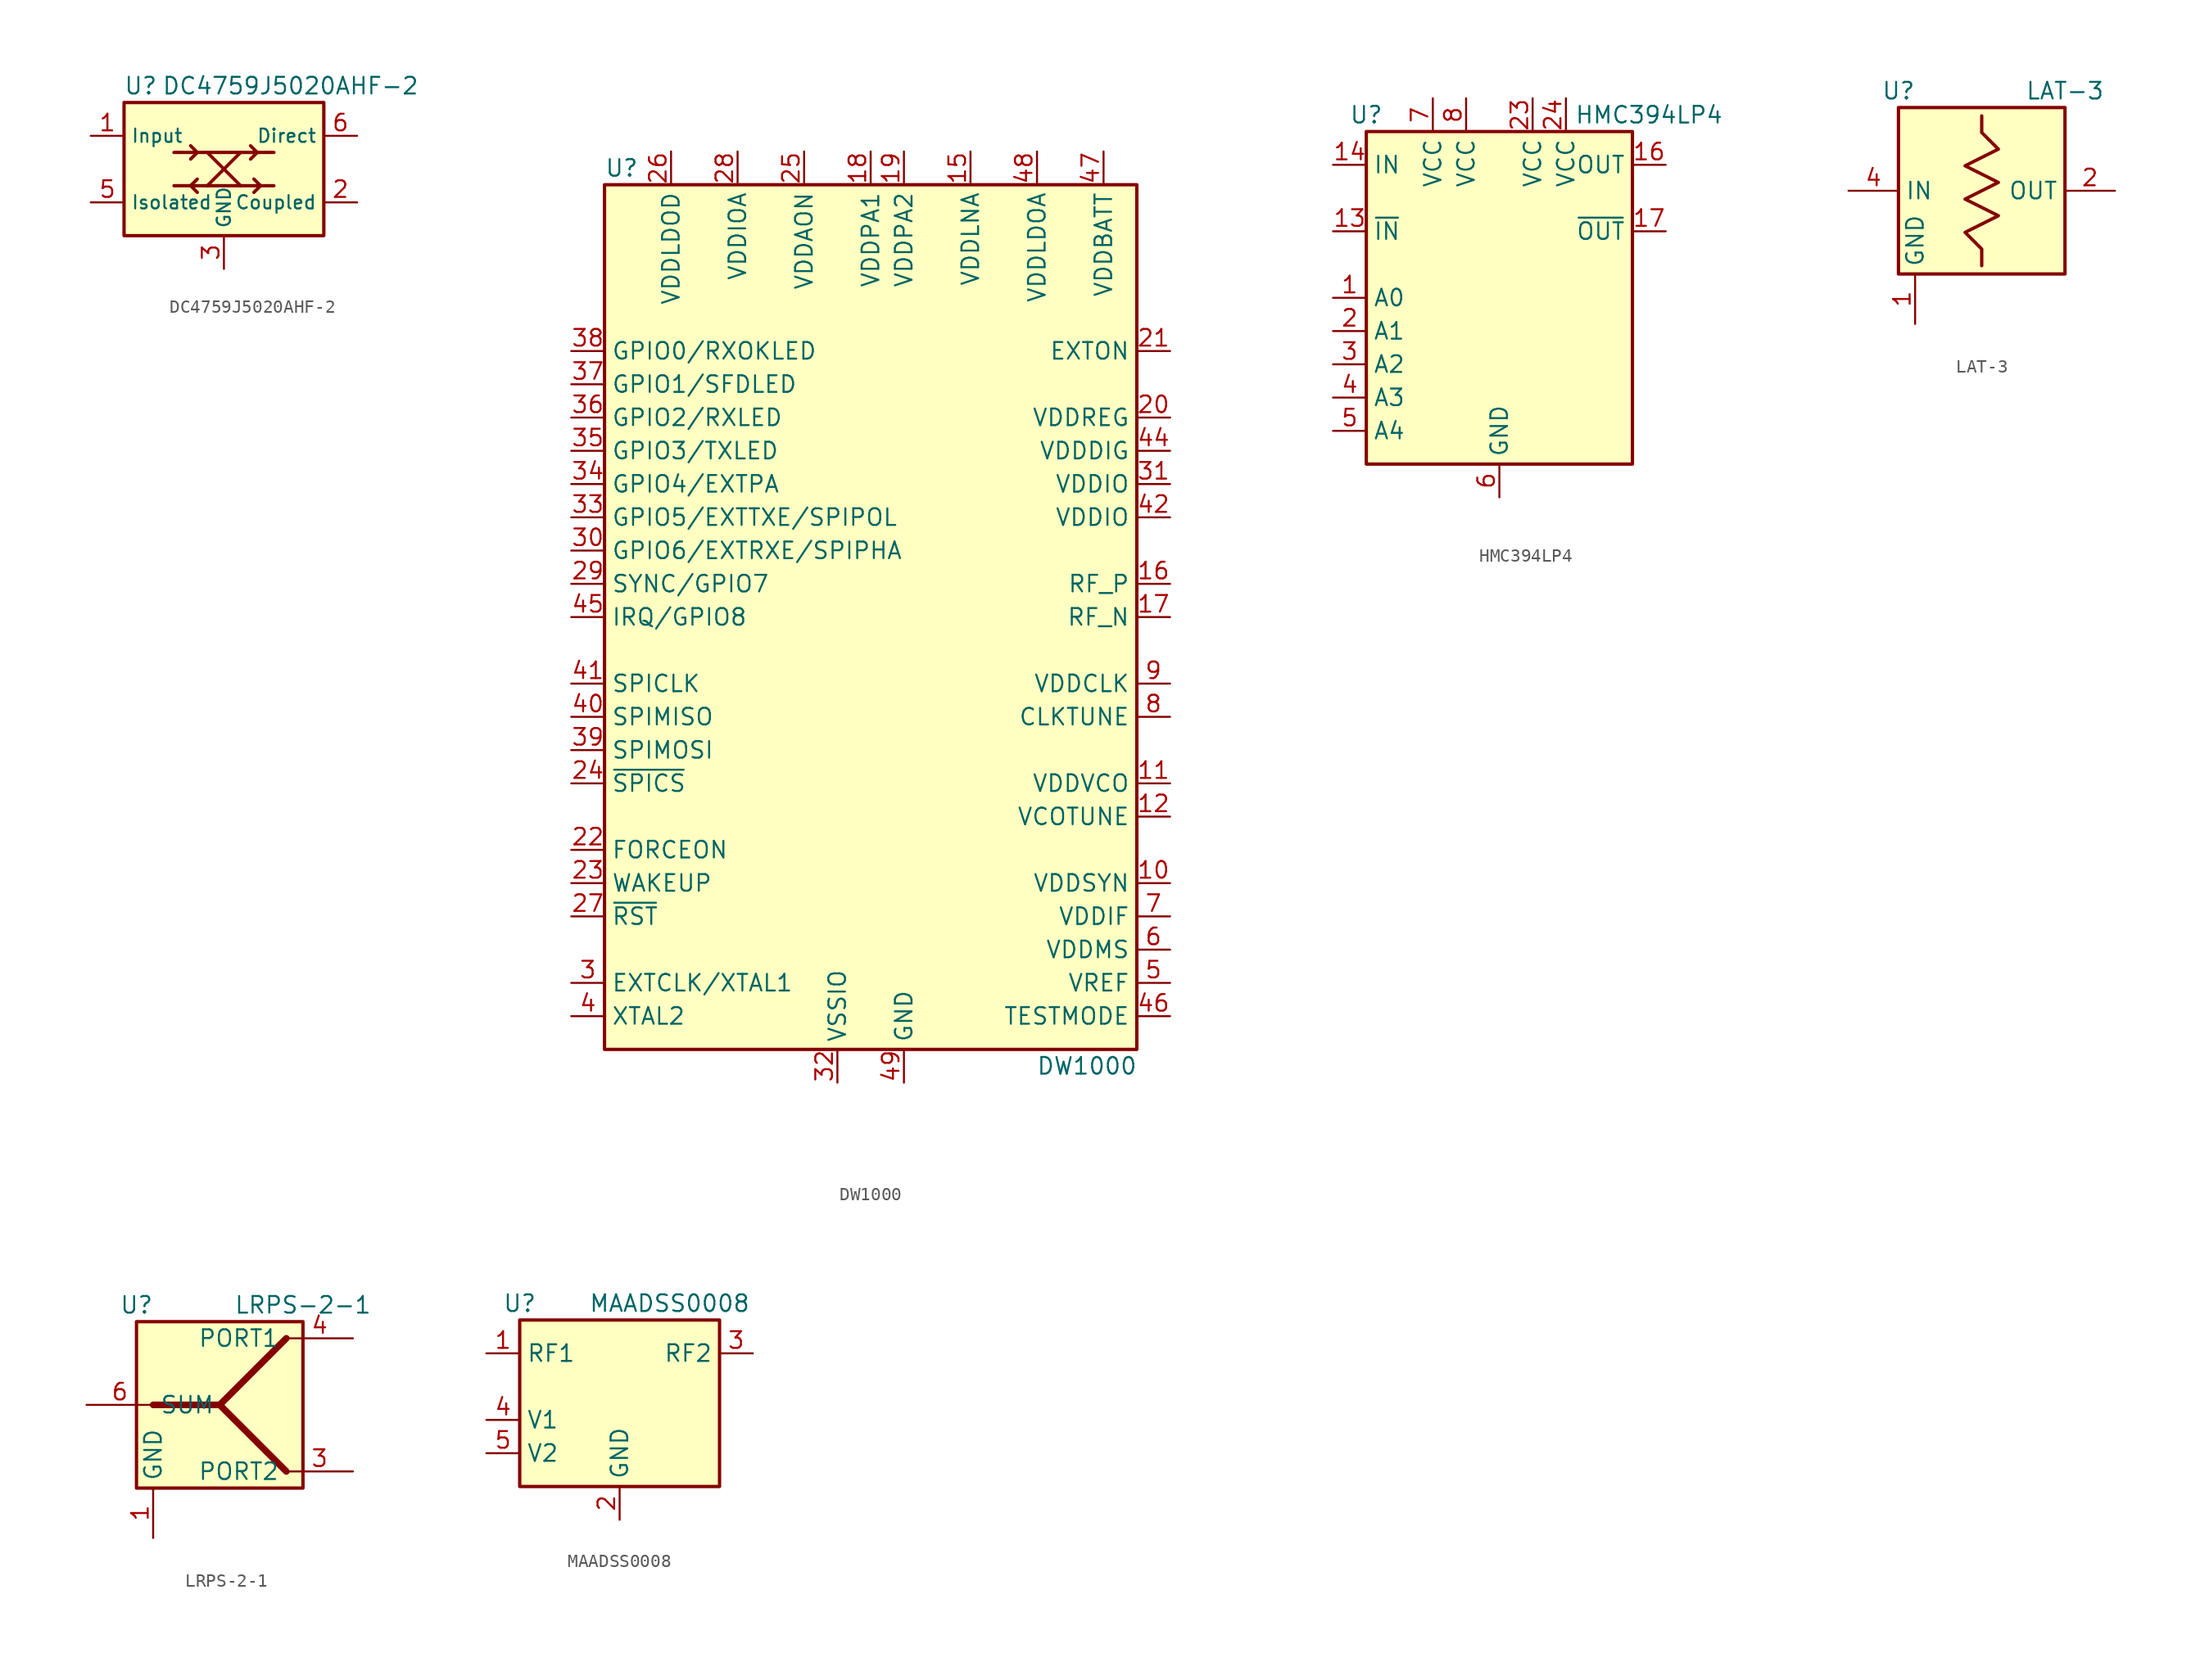
<source format=kicad_sym>
(kicad_symbol_lib
  (version 20241209)
  (generator "kicad_symbol_editor")
  (generator_version "9.0")
  (symbol "DC4759J5020AHF-2"
    (property "Reference" "U"
      (at -6.35 6.35 0)
      (effects (font (size 1.27 1.27))))
    (property "Value" "DC4759J5020AHF-2"
      (at 5.08 6.35 0)
      (effects (font (size 1.27 1.27))))
    (symbol "DC4759J5020AHF-2_0_1"
      (rectangle (start -7.62 5.08) (end 7.62 -5.08) (stroke (width 0.254) (type default)) (fill (type background))))
    (symbol "DC4759J5020AHF-2_1_1"
      (polyline (pts (xy -3.81 1.27) (xy 3.81 1.27)) (stroke (width 0.254) (type default)) (fill (type none)))
      (polyline (pts (xy -3.81 -1.27) (xy 3.81 -1.27)) (stroke (width 0.254) (type default)) (fill (type none)))
      (polyline (pts (xy -2.54 1.778) (xy -2.032 1.27)) (stroke (width 0.254) (type default)) (fill (type none)))
      (polyline (pts (xy -2.54 -1.27) (xy -2.032 -1.778)) (stroke (width 0.254) (type default)) (fill (type none)))
      (polyline (pts (xy -2.032 1.27) (xy -2.54 0.762)) (stroke (width 0.254) (type default)) (fill (type none)))
      (polyline (pts (xy -2.032 -0.762) (xy -2.54 -1.27)) (stroke (width 0.254) (type default)) (fill (type none)))
      (polyline (pts (xy -1.27 1.27) (xy 1.27 -1.27)) (stroke (width 0.254) (type default)) (fill (type none)))
      (polyline (pts (xy 1.27 1.27) (xy -1.27 -1.27)) (stroke (width 0.254) (type default)) (fill (type none)))
      (polyline (pts (xy 2.032 1.778) (xy 2.54 1.27)) (stroke (width 0.254) (type default)) (fill (type none)))
      (polyline (pts (xy 2.286 -0.762) (xy 2.794 -1.27)) (stroke (width 0.254) (type default)) (fill (type none)))
      (polyline (pts (xy 2.54 1.27) (xy 2.032 0.762)) (stroke (width 0.254) (type default)) (fill (type none)))
      (polyline (pts (xy 2.794 -1.27) (xy 2.286 -1.778)) (stroke (width 0.254) (type default)) (fill (type none)))
      (pin input line (at -10.16 2.54 0) (length 2.54) (name "Input" (effects (font (size 1.016 1.016)))) (number "1" (effects (font (size 1.27 1.27)))))
      (pin output line (at -10.16 -2.54 0) (length 2.54) (name "Isolated" (effects (font (size 1.016 1.016)))) (number "5" (effects (font (size 1.27 1.27)))))
      (pin power_in line (at 0 -7.62 90) (length 2.54) (name "GND" (effects (font (size 1.016 1.016)))) (number "3" (effects (font (size 1.27 1.27)))))
      (pin passive line (at 0 -7.62 90) (length 2.54) (hide yes) (name "GND" (effects (font (size 1.016 1.016)))) (number "4" (effects (font (size 1.27 1.27)))))
      (pin output line (at 10.16 2.54 180) (length 2.54) (name "Direct" (effects (font (size 1.016 1.016)))) (number "6" (effects (font (size 1.27 1.27)))))
      (pin output line (at 10.16 -2.54 180) (length 2.54) (name "Coupled" (effects (font (size 1.016 1.016)))) (number "2" (effects (font (size 1.27 1.27)))))))
  (symbol "DW1000"
    (property "Reference" "U"
      (at -20.32 34.29 0)
      (effects (font (size 1.27 1.27)) (justify left)))
    (property "Value" "DW1000"
      (at 16.51 -34.29 0)
      (effects (font (size 1.27 1.27))))
    (symbol "DW1000_0_1"
      (rectangle (start -20.32 33.02) (end 20.32 -33.02) (stroke (width 0.254) (type default)) (fill (type background))))
    (symbol "DW1000_1_1"
      (pin bidirectional line (at -22.86 20.32 0) (length 2.54) (name "GPIO0/RXOKLED" (effects (font (size 1.27 1.27)))) (number "38" (effects (font (size 1.27 1.27)))))
      (pin bidirectional line (at -22.86 17.78 0) (length 2.54) (name "GPIO1/SFDLED" (effects (font (size 1.27 1.27)))) (number "37" (effects (font (size 1.27 1.27)))))
      (pin bidirectional line (at -22.86 15.24 0) (length 2.54) (name "GPIO2/RXLED" (effects (font (size 1.27 1.27)))) (number "36" (effects (font (size 1.27 1.27)))))
      (pin bidirectional line (at -22.86 12.7 0) (length 2.54) (name "GPIO3/TXLED" (effects (font (size 1.27 1.27)))) (number "35" (effects (font (size 1.27 1.27)))))
      (pin bidirectional line (at -22.86 10.16 0) (length 2.54) (name "GPIO4/EXTPA" (effects (font (size 1.27 1.27)))) (number "34" (effects (font (size 1.27 1.27)))))
      (pin bidirectional line (at -22.86 7.62 0) (length 2.54) (name "GPIO5/EXTTXE/SPIPOL" (effects (font (size 1.27 1.27)))) (number "33" (effects (font (size 1.27 1.27)))))
      (pin bidirectional line (at -22.86 5.08 0) (length 2.54) (name "GPIO6/EXTRXE/SPIPHA" (effects (font (size 1.27 1.27)))) (number "30" (effects (font (size 1.27 1.27)))))
      (pin bidirectional line (at -22.86 2.54 0) (length 2.54) (name "SYNC/GPIO7" (effects (font (size 1.27 1.27)))) (number "29" (effects (font (size 1.27 1.27)))))
      (pin bidirectional line (at -22.86 0 0) (length 2.54) (name "IRQ/GPIO8" (effects (font (size 1.27 1.27)))) (number "45" (effects (font (size 1.27 1.27)))))
      (pin input line (at -22.86 -5.08 0) (length 2.54) (name "SPICLK" (effects (font (size 1.27 1.27)))) (number "41" (effects (font (size 1.27 1.27)))))
      (pin output line (at -22.86 -7.62 0) (length 2.54) (name "SPIMISO" (effects (font (size 1.27 1.27)))) (number "40" (effects (font (size 1.27 1.27)))))
      (pin input line (at -22.86 -10.16 0) (length 2.54) (name "SPIMOSI" (effects (font (size 1.27 1.27)))) (number "39" (effects (font (size 1.27 1.27)))))
      (pin input line (at -22.86 -12.7 0) (length 2.54) (name "~{SPICS}" (effects (font (size 1.27 1.27)))) (number "24" (effects (font (size 1.27 1.27)))))
      (pin input line (at -22.86 -17.78 0) (length 2.54) (name "FORCEON" (effects (font (size 1.27 1.27)))) (number "22" (effects (font (size 1.27 1.27)))))
      (pin input line (at -22.86 -20.32 0) (length 2.54) (name "WAKEUP" (effects (font (size 1.27 1.27)))) (number "23" (effects (font (size 1.27 1.27)))))
      (pin bidirectional line (at -22.86 -22.86 0) (length 2.54) (name "~{RST}" (effects (font (size 1.27 1.27)))) (number "27" (effects (font (size 1.27 1.27)))))
      (pin input line (at -22.86 -27.94 0) (length 2.54) (name "EXTCLK/XTAL1" (effects (font (size 1.27 1.27)))) (number "3" (effects (font (size 1.27 1.27)))))
      (pin input line (at -22.86 -30.48 0) (length 2.54) (name "XTAL2" (effects (font (size 1.27 1.27)))) (number "4" (effects (font (size 1.27 1.27)))))
      (pin power_in line (at -15.24 35.56 270) (length 2.54) (name "VDDLDOD" (effects (font (size 1.27 1.27)))) (number "26" (effects (font (size 1.27 1.27)))))
      (pin power_in line (at -10.16 35.56 270) (length 2.54) (name "VDDIOA" (effects (font (size 1.27 1.27)))) (number "28" (effects (font (size 1.27 1.27)))))
      (pin power_in line (at -5.08 35.56 270) (length 2.54) (name "VDDAON" (effects (font (size 1.27 1.27)))) (number "25" (effects (font (size 1.27 1.27)))))
      (pin power_in line (at -2.54 -35.56 90) (length 2.54) (name "VSSIO" (effects (font (size 1.27 1.27)))) (number "32" (effects (font (size 1.27 1.27)))))
      (pin passive line (at -2.54 -35.56 90) (length 2.54) (hide yes) (name "VSSIO" (effects (font (size 1.27 1.27)))) (number "43" (effects (font (size 1.27 1.27)))))
      (pin power_in line (at 0 35.56 270) (length 2.54) (name "VDDPA1" (effects (font (size 1.27 1.27)))) (number "18" (effects (font (size 1.27 1.27)))))
      (pin no_connect line (at 0 -7.62 0) (length 2.54) (hide yes) (name "NC" (effects (font (size 1.27 1.27)))) (number "1" (effects (font (size 1.27 1.27)))))
      (pin no_connect line (at 0 -10.16 0) (length 2.54) (hide yes) (name "NC" (effects (font (size 1.27 1.27)))) (number "2" (effects (font (size 1.27 1.27)))))
      (pin no_connect line (at 0 -12.7 0) (length 2.54) (hide yes) (name "NC" (effects (font (size 1.27 1.27)))) (number "13" (effects (font (size 1.27 1.27)))))
      (pin no_connect line (at 0 -15.24 0) (length 2.54) (hide yes) (name "NC" (effects (font (size 1.27 1.27)))) (number "14" (effects (font (size 1.27 1.27)))))
      (pin power_in line (at 2.54 35.56 270) (length 2.54) (name "VDDPA2" (effects (font (size 1.27 1.27)))) (number "19" (effects (font (size 1.27 1.27)))))
      (pin power_in line (at 2.54 -35.56 90) (length 2.54) (name "GND" (effects (font (size 1.27 1.27)))) (number "49" (effects (font (size 1.27 1.27)))))
      (pin power_in line (at 7.62 35.56 270) (length 2.54) (name "VDDLNA" (effects (font (size 1.27 1.27)))) (number "15" (effects (font (size 1.27 1.27)))))
      (pin power_in line (at 12.7 35.56 270) (length 2.54) (name "VDDLDOA" (effects (font (size 1.27 1.27)))) (number "48" (effects (font (size 1.27 1.27)))))
      (pin power_in line (at 17.78 35.56 270) (length 2.54) (name "VDDBATT" (effects (font (size 1.27 1.27)))) (number "47" (effects (font (size 1.27 1.27)))))
      (pin output line (at 22.86 20.32 180) (length 2.54) (name "EXTON" (effects (font (size 1.27 1.27)))) (number "21" (effects (font (size 1.27 1.27)))))
      (pin power_out line (at 22.86 15.24 180) (length 2.54) (name "VDDREG" (effects (font (size 1.27 1.27)))) (number "20" (effects (font (size 1.27 1.27)))))
      (pin power_out line (at 22.86 12.7 180) (length 2.54) (name "VDDDIG" (effects (font (size 1.27 1.27)))) (number "44" (effects (font (size 1.27 1.27)))))
      (pin power_out line (at 22.86 10.16 180) (length 2.54) (name "VDDIO" (effects (font (size 1.27 1.27)))) (number "31" (effects (font (size 1.27 1.27)))))
      (pin power_out line (at 22.86 7.62 180) (length 2.54) (name "VDDIO" (effects (font (size 1.27 1.27)))) (number "42" (effects (font (size 1.27 1.27)))))
      (pin bidirectional line (at 22.86 2.54 180) (length 2.54) (name "RF_P" (effects (font (size 1.27 1.27)))) (number "16" (effects (font (size 1.27 1.27)))))
      (pin bidirectional line (at 22.86 0 180) (length 2.54) (name "RF_N" (effects (font (size 1.27 1.27)))) (number "17" (effects (font (size 1.27 1.27)))))
      (pin power_out line (at 22.86 -5.08 180) (length 2.54) (name "VDDCLK" (effects (font (size 1.27 1.27)))) (number "9" (effects (font (size 1.27 1.27)))))
      (pin bidirectional line (at 22.86 -7.62 180) (length 2.54) (name "CLKTUNE" (effects (font (size 1.27 1.27)))) (number "8" (effects (font (size 1.27 1.27)))))
      (pin power_out line (at 22.86 -12.7 180) (length 2.54) (name "VDDVCO" (effects (font (size 1.27 1.27)))) (number "11" (effects (font (size 1.27 1.27)))))
      (pin bidirectional line (at 22.86 -15.24 180) (length 2.54) (name "VCOTUNE" (effects (font (size 1.27 1.27)))) (number "12" (effects (font (size 1.27 1.27)))))
      (pin power_out line (at 22.86 -20.32 180) (length 2.54) (name "VDDSYN" (effects (font (size 1.27 1.27)))) (number "10" (effects (font (size 1.27 1.27)))))
      (pin power_out line (at 22.86 -22.86 180) (length 2.54) (name "VDDIF" (effects (font (size 1.27 1.27)))) (number "7" (effects (font (size 1.27 1.27)))))
      (pin power_out line (at 22.86 -25.4 180) (length 2.54) (name "VDDMS" (effects (font (size 1.27 1.27)))) (number "6" (effects (font (size 1.27 1.27)))))
      (pin bidirectional line (at 22.86 -27.94 180) (length 2.54) (name "VREF" (effects (font (size 1.27 1.27)))) (number "5" (effects (font (size 1.27 1.27)))))
      (pin input line (at 22.86 -30.48 180) (length 2.54) (name "TESTMODE" (effects (font (size 1.27 1.27)))) (number "46" (effects (font (size 1.27 1.27)))))))
  (symbol "HMC394LP4"
    (property "Reference" "U"
      (at -10.16 13.97 0)
      (effects (font (size 1.27 1.27))))
    (property "Value" "HMC394LP4"
      (at 11.43 13.97 0)
      (effects (font (size 1.27 1.27))))
    (symbol "HMC394LP4_0_1"
      (rectangle (start -10.16 12.7) (end 10.16 -12.7) (stroke (width 0.254) (type default)) (fill (type background))))
    (symbol "HMC394LP4_1_1"
      (pin input line (at -12.7 10.16 0) (length 2.54) (name "IN" (effects (font (size 1.27 1.27)))) (number "14" (effects (font (size 1.27 1.27)))))
      (pin input line (at -12.7 5.08 0) (length 2.54) (name "~{IN}" (effects (font (size 1.27 1.27)))) (number "13" (effects (font (size 1.27 1.27)))))
      (pin input line (at -12.7 0 0) (length 2.54) (name "A0" (effects (font (size 1.27 1.27)))) (number "1" (effects (font (size 1.27 1.27)))))
      (pin input line (at -12.7 -2.54 0) (length 2.54) (name "A1" (effects (font (size 1.27 1.27)))) (number "2" (effects (font (size 1.27 1.27)))))
      (pin input line (at -12.7 -5.08 0) (length 2.54) (name "A2" (effects (font (size 1.27 1.27)))) (number "3" (effects (font (size 1.27 1.27)))))
      (pin input line (at -12.7 -7.62 0) (length 2.54) (name "A3" (effects (font (size 1.27 1.27)))) (number "4" (effects (font (size 1.27 1.27)))))
      (pin input line (at -12.7 -10.16 0) (length 2.54) (name "A4" (effects (font (size 1.27 1.27)))) (number "5" (effects (font (size 1.27 1.27)))))
      (pin power_in line (at -5.08 15.24 270) (length 2.54) (name "VCC" (effects (font (size 1.27 1.27)))) (number "7" (effects (font (size 1.27 1.27)))))
      (pin power_in line (at -2.54 15.24 270) (length 2.54) (name "VCC" (effects (font (size 1.27 1.27)))) (number "8" (effects (font (size 1.27 1.27)))))
      (pin passive line (at 0 -15.24 90) (length 2.54) (hide yes) (name "GND" (effects (font (size 1.27 1.27)))) (number "10" (effects (font (size 1.27 1.27)))))
      (pin passive line (at 0 -15.24 90) (length 2.54) (hide yes) (name "GND" (effects (font (size 1.27 1.27)))) (number "11" (effects (font (size 1.27 1.27)))))
      (pin passive line (at 0 -15.24 90) (length 2.54) (hide yes) (name "GND" (effects (font (size 1.27 1.27)))) (number "12" (effects (font (size 1.27 1.27)))))
      (pin passive line (at 0 -15.24 90) (length 2.54) (hide yes) (name "GND" (effects (font (size 1.27 1.27)))) (number "15" (effects (font (size 1.27 1.27)))))
      (pin passive line (at 0 -15.24 90) (length 2.54) (hide yes) (name "GND" (effects (font (size 1.27 1.27)))) (number "18" (effects (font (size 1.27 1.27)))))
      (pin passive line (at 0 -15.24 90) (length 2.54) (hide yes) (name "GND" (effects (font (size 1.27 1.27)))) (number "19" (effects (font (size 1.27 1.27)))))
      (pin passive line (at 0 -15.24 90) (length 2.54) (hide yes) (name "GND" (effects (font (size 1.27 1.27)))) (number "20" (effects (font (size 1.27 1.27)))))
      (pin passive line (at 0 -15.24 90) (length 2.54) (hide yes) (name "GND" (effects (font (size 1.27 1.27)))) (number "21" (effects (font (size 1.27 1.27)))))
      (pin passive line (at 0 -15.24 90) (length 2.54) (hide yes) (name "GND" (effects (font (size 1.27 1.27)))) (number "22" (effects (font (size 1.27 1.27)))))
      (pin passive line (at 0 -15.24 90) (length 2.54) (hide yes) (name "GND" (effects (font (size 1.27 1.27)))) (number "25" (effects (font (size 1.27 1.27)))))
      (pin power_in line (at 0 -15.24 90) (length 2.54) (name "GND" (effects (font (size 1.27 1.27)))) (number "6" (effects (font (size 1.27 1.27)))))
      (pin passive line (at 0 -15.24 90) (length 2.54) (hide yes) (name "GND" (effects (font (size 1.27 1.27)))) (number "9" (effects (font (size 1.27 1.27)))))
      (pin power_in line (at 2.54 15.24 270) (length 2.54) (name "VCC" (effects (font (size 1.27 1.27)))) (number "23" (effects (font (size 1.27 1.27)))))
      (pin power_in line (at 5.08 15.24 270) (length 2.54) (name "VCC" (effects (font (size 1.27 1.27)))) (number "24" (effects (font (size 1.27 1.27)))))
      (pin output line (at 12.7 10.16 180) (length 2.54) (name "OUT" (effects (font (size 1.27 1.27)))) (number "16" (effects (font (size 1.27 1.27)))))
      (pin output line (at 12.7 5.08 180) (length 2.54) (name "~{OUT}" (effects (font (size 1.27 1.27)))) (number "17" (effects (font (size 1.27 1.27)))))))
  (symbol "LAT-3"
    (property "Reference" "U"
      (at -6.35 7.62 0)
      (effects (font (size 1.27 1.27))))
    (property "Value" "LAT-3"
      (at 6.35 7.62 0)
      (effects (font (size 1.27 1.27))))
    (symbol "LAT-3_0_1"
      (rectangle (start -6.35 6.35) (end 6.35 -6.35) (stroke (width 0.254) (type default)) (fill (type background)))
      (polyline (pts (xy 0 -5.715) (xy 0 -4.445) (xy -1.27 -3.175) (xy 1.27 -1.905) (xy -1.27 -0.635) (xy 1.27 0.635) (xy -1.27 1.905) (xy 1.27 3.175) (xy 0 4.445) (xy 0 5.715)) (stroke (width 0.254) (type default)) (fill (type none))))
    (symbol "LAT-3_1_1"
      (pin input line (at -10.16 0 0) (length 3.81) (name "IN" (effects (font (size 1.27 1.27)))) (number "4" (effects (font (size 1.27 1.27)))))
      (pin power_in line (at -5.08 -10.16 90) (length 3.81) (name "GND" (effects (font (size 1.27 1.27)))) (number "1" (effects (font (size 1.27 1.27)))))
      (pin passive line (at -5.08 -10.16 90) (length 3.81) (hide yes) (name "GND" (effects (font (size 1.27 1.27)))) (number "3" (effects (font (size 1.27 1.27)))))
      (pin output line (at 10.16 0 180) (length 3.81) (name "OUT" (effects (font (size 1.27 1.27)))) (number "2" (effects (font (size 1.27 1.27)))))))
  (symbol "LRPS-2-1"
    (property "Reference" "U"
      (at -6.35 7.62 0)
      (effects (font (size 1.27 1.27))))
    (property "Value" "LRPS-2-1"
      (at 6.35 7.62 0)
      (effects (font (size 1.27 1.27))))
    (symbol "LRPS-2-1_0_1"
      (rectangle (start -6.35 6.35) (end 6.35 -6.35) (stroke (width 0.254) (type default)) (fill (type background)))
      (polyline (pts (xy -5.08 0) (xy 0 0) (xy 5.08 5.08)) (stroke (width 0.508) (type default)) (fill (type none)))
      (polyline (pts (xy 0 0) (xy 5.08 -5.08)) (stroke (width 0.508) (type default)) (fill (type none))))
    (symbol "LRPS-2-1_1_1"
      (pin passive line (at -10.16 0 0) (length 5.08) (name "SUM" (effects (font (size 1.27 1.27)))) (number "6" (effects (font (size 1.27 1.27)))))
      (pin passive line (at -5.08 -10.16 90) (length 3.81) (name "GND" (effects (font (size 1.27 1.27)))) (number "1" (effects (font (size 1.27 1.27)))))
      (pin no_connect line (at 5.08 2.54 180) (length 5.08) (hide yes) (name "NC" (effects (font (size 1.27 1.27)))) (number "2" (effects (font (size 1.27 1.27)))))
      (pin no_connect line (at 5.08 -2.54 180) (length 5.08) (hide yes) (name "NC" (effects (font (size 1.27 1.27)))) (number "5" (effects (font (size 1.27 1.27)))))
      (pin passive line (at 10.16 5.08 180) (length 5.08) (name "PORT1" (effects (font (size 1.27 1.27)))) (number "4" (effects (font (size 1.27 1.27)))))
      (pin passive line (at 10.16 -5.08 180) (length 5.08) (name "PORT2" (effects (font (size 1.27 1.27)))) (number "3" (effects (font (size 1.27 1.27)))))))
  (symbol "MAADSS0008"
    (property "Reference" "U"
      (at -7.62 6.35 0)
      (effects (font (size 1.27 1.27))))
    (property "Value" "MAADSS0008"
      (at 3.81 6.35 0)
      (effects (font (size 1.27 1.27))))
    (symbol "MAADSS0008_0_1"
      (rectangle (start -7.62 5.08) (end 7.62 -7.62) (stroke (width 0.254) (type default)) (fill (type background))))
    (symbol "MAADSS0008_1_1"
      (pin passive line (at -10.16 2.54 0) (length 2.54) (name "RF1" (effects (font (size 1.27 1.27)))) (number "1" (effects (font (size 1.27 1.27)))))
      (pin input line (at -10.16 -2.54 0) (length 2.54) (name "V1" (effects (font (size 1.27 1.27)))) (number "4" (effects (font (size 1.27 1.27)))))
      (pin input line (at -10.16 -5.08 0) (length 2.54) (name "V2" (effects (font (size 1.27 1.27)))) (number "5" (effects (font (size 1.27 1.27)))))
      (pin passive line (at 0 -10.16 90) (length 2.54) (name "GND" (effects (font (size 1.27 1.27)))) (number "2" (effects (font (size 1.27 1.27)))))
      (pin passive line (at 10.16 2.54 180) (length 2.54) (name "RF2" (effects (font (size 1.27 1.27)))) (number "3" (effects (font (size 1.27 1.27))))))))
</source>
